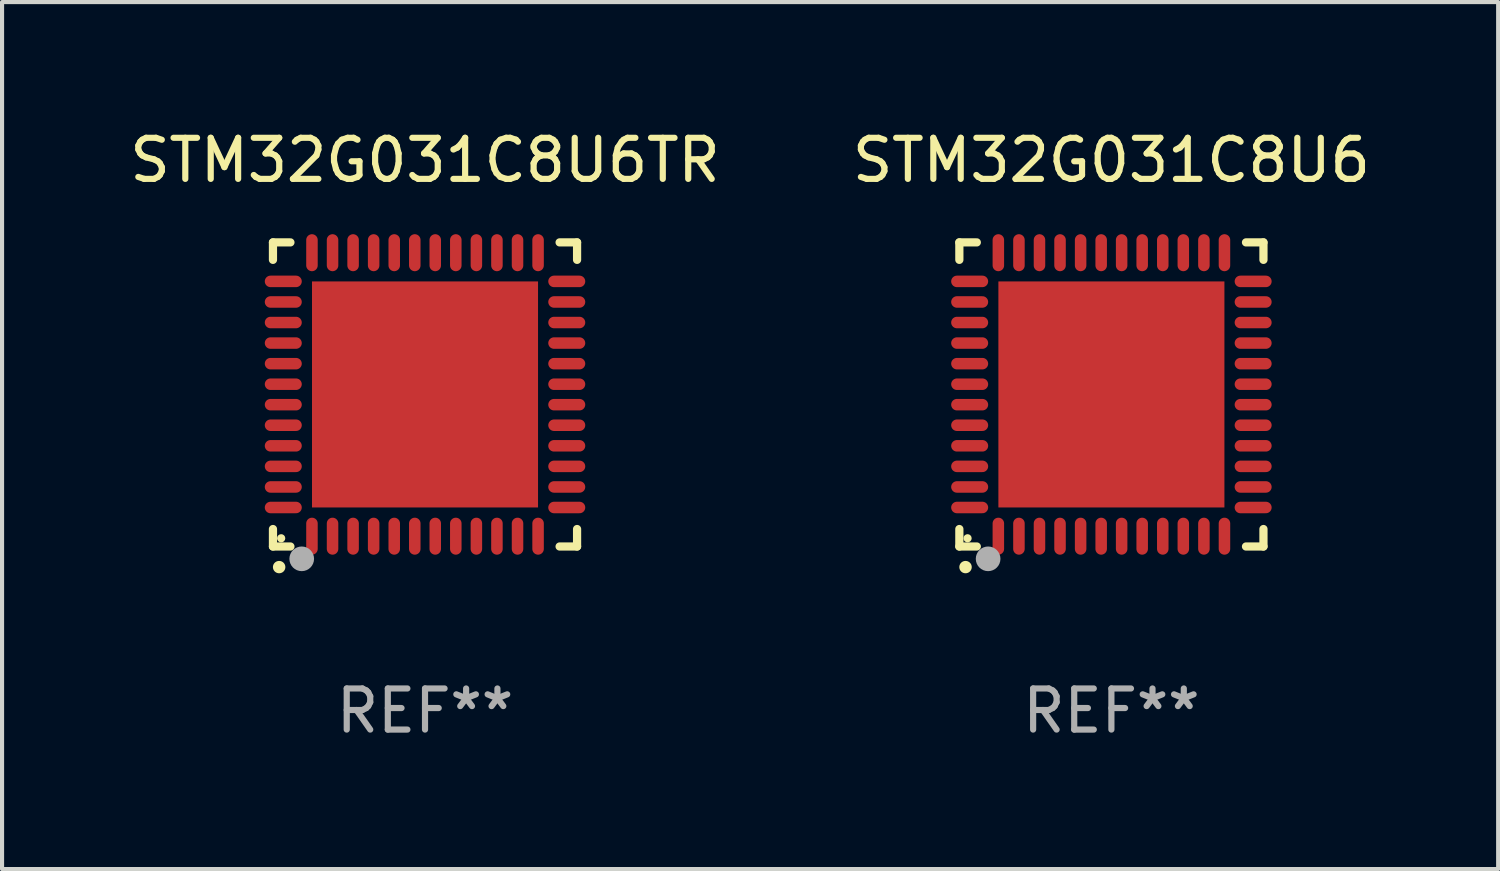
<source format=kicad_pcb>
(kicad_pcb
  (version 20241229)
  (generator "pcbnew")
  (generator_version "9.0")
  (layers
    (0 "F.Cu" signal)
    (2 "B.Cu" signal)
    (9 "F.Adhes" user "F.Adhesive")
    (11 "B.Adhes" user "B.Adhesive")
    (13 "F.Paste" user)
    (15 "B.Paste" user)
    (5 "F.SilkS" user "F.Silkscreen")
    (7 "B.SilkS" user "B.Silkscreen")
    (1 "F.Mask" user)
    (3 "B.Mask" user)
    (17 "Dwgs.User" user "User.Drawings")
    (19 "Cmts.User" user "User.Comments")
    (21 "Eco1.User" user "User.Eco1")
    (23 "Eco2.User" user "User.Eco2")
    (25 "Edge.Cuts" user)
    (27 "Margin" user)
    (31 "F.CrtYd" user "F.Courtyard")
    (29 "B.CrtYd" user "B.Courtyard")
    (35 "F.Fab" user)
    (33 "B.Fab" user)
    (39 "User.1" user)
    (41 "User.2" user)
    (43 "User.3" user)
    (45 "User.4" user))
  (footprint "STM32G031C8U6"
    (layer "F.Cu")
    (at 23.994 6.548)
    (property "Reference" "STM32G031C8U6" (at 0 -5.7 0) (layer "F.SilkS") (effects (font (size 1 1) (thickness 0.15))))
    (attr through_hole)
    (fp_line (start -3.7 -3.7) (end -3.275 -3.7) (stroke (width 0.2) (type solid)) (layer "F.SilkS"))
    (fp_line (start -3.7 -3.275) (end -3.7 -3.7) (stroke (width 0.2) (type solid)) (layer "F.SilkS"))
    (fp_line (start -3.7 3.7) (end -3.7 3.275) (stroke (width 0.2) (type solid)) (layer "F.SilkS"))
    (fp_line (start -3.275 3.7) (end -3.7 3.7) (stroke (width 0.2) (type solid)) (layer "F.SilkS"))
    (fp_line (start 3.7 -3.7) (end 3.275 -3.7) (stroke (width 0.2) (type solid)) (layer "F.SilkS"))
    (fp_line (start 3.7 -3.275) (end 3.7 -3.7) (stroke (width 0.2) (type solid)) (layer "F.SilkS"))
    (fp_line (start 3.7 3.275) (end 3.7 3.7) (stroke (width 0.2) (type solid)) (layer "F.SilkS"))
    (fp_line (start 3.7 3.7) (end 3.275 3.7) (stroke (width 0.2) (type solid)) (layer "F.SilkS"))
    (fp_arc (start -3.550927 4.201168) (mid -3.549657 4.201163) (end -3.548387 4.201168) (stroke (width 0.3) (type solid)) (layer "F.SilkS"))
    (fp_circle (center -3.5 3.5) (end -3.45 3.5) (stroke (width 0.1) (type solid)) (fill no) (layer "F.SilkS"))
    (fp_circle (center -3 4) (end -2.85 4) (stroke (width 0.3) (type solid)) (fill no) (layer "F.Fab"))
    (fp_text user "REF**" (at 0 7.7 0) (layer "F.Fab") (effects (font (size 1 1) (thickness 0.15))))
    (pad "1" smd oval (at -2.751 3.449) (size 0.28 0.9) (layers "F.Cu" "F.Mask" "F.Paste"))
    (pad "2" smd oval (at -2.25 3.449) (size 0.28 0.9) (layers "F.Cu" "F.Mask" "F.Paste"))
    (pad "3" smd oval (at -1.75 3.449) (size 0.28 0.9) (layers "F.Cu" "F.Mask" "F.Paste"))
    (pad "4" smd oval (at -1.25 3.449) (size 0.28 0.9) (layers "F.Cu" "F.Mask" "F.Paste"))
    (pad "5" smd oval (at -0.749 3.449) (size 0.28 0.9) (layers "F.Cu" "F.Mask" "F.Paste"))
    (pad "6" smd oval (at -0.249 3.449) (size 0.28 0.9) (layers "F.Cu" "F.Mask" "F.Paste"))
    (pad "7" smd oval (at 0.249 3.449) (size 0.28 0.9) (layers "F.Cu" "F.Mask" "F.Paste"))
    (pad "8" smd oval (at 0.749 3.449) (size 0.28 0.9) (layers "F.Cu" "F.Mask" "F.Paste"))
    (pad "9" smd oval (at 1.25 3.449) (size 0.28 0.9) (layers "F.Cu" "F.Mask" "F.Paste"))
    (pad "10" smd oval (at 1.75 3.449) (size 0.28 0.9) (layers "F.Cu" "F.Mask" "F.Paste"))
    (pad "11" smd oval (at 2.251 3.449) (size 0.28 0.9) (layers "F.Cu" "F.Mask" "F.Paste"))
    (pad "12" smd oval (at 2.751 3.449) (size 0.28 0.9) (layers "F.Cu" "F.Mask" "F.Paste"))
    (pad "13" smd oval (at 3.449 2.751) (size 0.9 0.28) (layers "F.Cu" "F.Mask" "F.Paste"))
    (pad "14" smd oval (at 3.449 2.251) (size 0.9 0.28) (layers "F.Cu" "F.Mask" "F.Paste"))
    (pad "15" smd oval (at 3.449 1.75) (size 0.9 0.28) (layers "F.Cu" "F.Mask" "F.Paste"))
    (pad "16" smd oval (at 3.449 1.25) (size 0.9 0.28) (layers "F.Cu" "F.Mask" "F.Paste"))
    (pad "17" smd oval (at 3.449 0.749) (size 0.9 0.28) (layers "F.Cu" "F.Mask" "F.Paste"))
    (pad "18" smd oval (at 3.449 0.249) (size 0.9 0.28) (layers "F.Cu" "F.Mask" "F.Paste"))
    (pad "19" smd oval (at 3.449 -0.249) (size 0.9 0.28) (layers "F.Cu" "F.Mask" "F.Paste"))
    (pad "20" smd oval (at 3.449 -0.749) (size 0.9 0.28) (layers "F.Cu" "F.Mask" "F.Paste"))
    (pad "21" smd oval (at 3.449 -1.25) (size 0.9 0.28) (layers "F.Cu" "F.Mask" "F.Paste"))
    (pad "22" smd oval (at 3.449 -1.75) (size 0.9 0.28) (layers "F.Cu" "F.Mask" "F.Paste"))
    (pad "23" smd oval (at 3.449 -2.25) (size 0.9 0.28) (layers "F.Cu" "F.Mask" "F.Paste"))
    (pad "24" smd oval (at 3.449 -2.751) (size 0.9 0.28) (layers "F.Cu" "F.Mask" "F.Paste"))
    (pad "25" smd oval (at 2.751 -3.449) (size 0.28 0.9) (layers "F.Cu" "F.Mask" "F.Paste"))
    (pad "26" smd oval (at 2.251 -3.449) (size 0.28 0.9) (layers "F.Cu" "F.Mask" "F.Paste"))
    (pad "27" smd oval (at 1.75 -3.449) (size 0.28 0.9) (layers "F.Cu" "F.Mask" "F.Paste"))
    (pad "28" smd oval (at 1.25 -3.449) (size 0.28 0.9) (layers "F.Cu" "F.Mask" "F.Paste"))
    (pad "29" smd oval (at 0.749 -3.449) (size 0.28 0.9) (layers "F.Cu" "F.Mask" "F.Paste"))
    (pad "30" smd oval (at 0.249 -3.449) (size 0.28 0.9) (layers "F.Cu" "F.Mask" "F.Paste"))
    (pad "31" smd oval (at -0.249 -3.449) (size 0.28 0.9) (layers "F.Cu" "F.Mask" "F.Paste"))
    (pad "32" smd oval (at -0.749 -3.449) (size 0.28 0.9) (layers "F.Cu" "F.Mask" "F.Paste"))
    (pad "33" smd oval (at -1.25 -3.449) (size 0.28 0.9) (layers "F.Cu" "F.Mask" "F.Paste"))
    (pad "34" smd oval (at -1.75 -3.449) (size 0.28 0.9) (layers "F.Cu" "F.Mask" "F.Paste"))
    (pad "35" smd oval (at -2.25 -3.449) (size 0.28 0.9) (layers "F.Cu" "F.Mask" "F.Paste"))
    (pad "36" smd oval (at -2.751 -3.449) (size 0.28 0.9) (layers "F.Cu" "F.Mask" "F.Paste"))
    (pad "37" smd oval (at -3.449 -2.751) (size 0.9 0.28) (layers "F.Cu" "F.Mask" "F.Paste"))
    (pad "38" smd oval (at -3.449 -2.25) (size 0.9 0.28) (layers "F.Cu" "F.Mask" "F.Paste"))
    (pad "39" smd oval (at -3.449 -1.75) (size 0.9 0.28) (layers "F.Cu" "F.Mask" "F.Paste"))
    (pad "40" smd oval (at -3.449 -1.25) (size 0.9 0.28) (layers "F.Cu" "F.Mask" "F.Paste"))
    (pad "41" smd oval (at -3.449 -0.749) (size 0.9 0.28) (layers "F.Cu" "F.Mask" "F.Paste"))
    (pad "42" smd oval (at -3.449 -0.249) (size 0.9 0.28) (layers "F.Cu" "F.Mask" "F.Paste"))
    (pad "43" smd oval (at -3.449 0.249) (size 0.9 0.28) (layers "F.Cu" "F.Mask" "F.Paste"))
    (pad "44" smd oval (at -3.449 0.749) (size 0.9 0.28) (layers "F.Cu" "F.Mask" "F.Paste"))
    (pad "45" smd oval (at -3.449 1.25) (size 0.9 0.28) (layers "F.Cu" "F.Mask" "F.Paste"))
    (pad "46" smd oval (at -3.449 1.75) (size 0.9 0.28) (layers "F.Cu" "F.Mask" "F.Paste"))
    (pad "47" smd oval (at -3.449 2.251) (size 0.9 0.28) (layers "F.Cu" "F.Mask" "F.Paste"))
    (pad "48" smd oval (at -3.449 2.751) (size 0.9 0.28) (layers "F.Cu" "F.Mask" "F.Paste"))
    (pad "49" smd rect (at 0.000076 0.000076) (size 5.5 5.5) (layers "F.Cu" "F.Mask" "F.Paste")))
  (footprint "STM32G031C8U6TR"
    (layer "F.Cu")
    (at 7.292 6.548)
    (property "Reference" "STM32G031C8U6TR" (at 0 -5.7 0) (layer "F.SilkS") (effects (font (size 1 1) (thickness 0.15))))
    (attr through_hole)
    (fp_line (start -3.7 -3.7) (end -3.275 -3.7) (stroke (width 0.2) (type solid)) (layer "F.SilkS"))
    (fp_line (start -3.7 -3.275) (end -3.7 -3.7) (stroke (width 0.2) (type solid)) (layer "F.SilkS"))
    (fp_line (start -3.7 3.7) (end -3.7 3.275) (stroke (width 0.2) (type solid)) (layer "F.SilkS"))
    (fp_line (start -3.275 3.7) (end -3.7 3.7) (stroke (width 0.2) (type solid)) (layer "F.SilkS"))
    (fp_line (start 3.7 -3.7) (end 3.275 -3.7) (stroke (width 0.2) (type solid)) (layer "F.SilkS"))
    (fp_line (start 3.7 -3.275) (end 3.7 -3.7) (stroke (width 0.2) (type solid)) (layer "F.SilkS"))
    (fp_line (start 3.7 3.275) (end 3.7 3.7) (stroke (width 0.2) (type solid)) (layer "F.SilkS"))
    (fp_line (start 3.7 3.7) (end 3.275 3.7) (stroke (width 0.2) (type solid)) (layer "F.SilkS"))
    (fp_arc (start -3.550927 4.201168) (mid -3.549657 4.201163) (end -3.548387 4.201168) (stroke (width 0.3) (type solid)) (layer "F.SilkS"))
    (fp_circle (center -3.5 3.5) (end -3.45 3.5) (stroke (width 0.1) (type solid)) (fill no) (layer "F.SilkS"))
    (fp_circle (center -3 4) (end -2.85 4) (stroke (width 0.3) (type solid)) (fill no) (layer "F.Fab"))
    (fp_text user "REF**" (at 0 7.7 0) (layer "F.Fab") (effects (font (size 1 1) (thickness 0.15))))
    (pad "1" smd oval (at -2.751 3.449) (size 0.28 0.9) (layers "F.Cu" "F.Mask" "F.Paste"))
    (pad "2" smd oval (at -2.25 3.449) (size 0.28 0.9) (layers "F.Cu" "F.Mask" "F.Paste"))
    (pad "3" smd oval (at -1.75 3.449) (size 0.28 0.9) (layers "F.Cu" "F.Mask" "F.Paste"))
    (pad "4" smd oval (at -1.25 3.449) (size 0.28 0.9) (layers "F.Cu" "F.Mask" "F.Paste"))
    (pad "5" smd oval (at -0.749 3.449) (size 0.28 0.9) (layers "F.Cu" "F.Mask" "F.Paste"))
    (pad "6" smd oval (at -0.249 3.449) (size 0.28 0.9) (layers "F.Cu" "F.Mask" "F.Paste"))
    (pad "7" smd oval (at 0.249 3.449) (size 0.28 0.9) (layers "F.Cu" "F.Mask" "F.Paste"))
    (pad "8" smd oval (at 0.749 3.449) (size 0.28 0.9) (layers "F.Cu" "F.Mask" "F.Paste"))
    (pad "9" smd oval (at 1.25 3.449) (size 0.28 0.9) (layers "F.Cu" "F.Mask" "F.Paste"))
    (pad "10" smd oval (at 1.75 3.449) (size 0.28 0.9) (layers "F.Cu" "F.Mask" "F.Paste"))
    (pad "11" smd oval (at 2.251 3.449) (size 0.28 0.9) (layers "F.Cu" "F.Mask" "F.Paste"))
    (pad "12" smd oval (at 2.751 3.449) (size 0.28 0.9) (layers "F.Cu" "F.Mask" "F.Paste"))
    (pad "13" smd oval (at 3.449 2.751) (size 0.9 0.28) (layers "F.Cu" "F.Mask" "F.Paste"))
    (pad "14" smd oval (at 3.449 2.251) (size 0.9 0.28) (layers "F.Cu" "F.Mask" "F.Paste"))
    (pad "15" smd oval (at 3.449 1.75) (size 0.9 0.28) (layers "F.Cu" "F.Mask" "F.Paste"))
    (pad "16" smd oval (at 3.449 1.25) (size 0.9 0.28) (layers "F.Cu" "F.Mask" "F.Paste"))
    (pad "17" smd oval (at 3.449 0.749) (size 0.9 0.28) (layers "F.Cu" "F.Mask" "F.Paste"))
    (pad "18" smd oval (at 3.449 0.249) (size 0.9 0.28) (layers "F.Cu" "F.Mask" "F.Paste"))
    (pad "19" smd oval (at 3.449 -0.249) (size 0.9 0.28) (layers "F.Cu" "F.Mask" "F.Paste"))
    (pad "20" smd oval (at 3.449 -0.749) (size 0.9 0.28) (layers "F.Cu" "F.Mask" "F.Paste"))
    (pad "21" smd oval (at 3.449 -1.25) (size 0.9 0.28) (layers "F.Cu" "F.Mask" "F.Paste"))
    (pad "22" smd oval (at 3.449 -1.75) (size 0.9 0.28) (layers "F.Cu" "F.Mask" "F.Paste"))
    (pad "23" smd oval (at 3.449 -2.25) (size 0.9 0.28) (layers "F.Cu" "F.Mask" "F.Paste"))
    (pad "24" smd oval (at 3.449 -2.751) (size 0.9 0.28) (layers "F.Cu" "F.Mask" "F.Paste"))
    (pad "25" smd oval (at 2.751 -3.449) (size 0.28 0.9) (layers "F.Cu" "F.Mask" "F.Paste"))
    (pad "26" smd oval (at 2.251 -3.449) (size 0.28 0.9) (layers "F.Cu" "F.Mask" "F.Paste"))
    (pad "27" smd oval (at 1.75 -3.449) (size 0.28 0.9) (layers "F.Cu" "F.Mask" "F.Paste"))
    (pad "28" smd oval (at 1.25 -3.449) (size 0.28 0.9) (layers "F.Cu" "F.Mask" "F.Paste"))
    (pad "29" smd oval (at 0.749 -3.449) (size 0.28 0.9) (layers "F.Cu" "F.Mask" "F.Paste"))
    (pad "30" smd oval (at 0.249 -3.449) (size 0.28 0.9) (layers "F.Cu" "F.Mask" "F.Paste"))
    (pad "31" smd oval (at -0.249 -3.449) (size 0.28 0.9) (layers "F.Cu" "F.Mask" "F.Paste"))
    (pad "32" smd oval (at -0.749 -3.449) (size 0.28 0.9) (layers "F.Cu" "F.Mask" "F.Paste"))
    (pad "33" smd oval (at -1.25 -3.449) (size 0.28 0.9) (layers "F.Cu" "F.Mask" "F.Paste"))
    (pad "34" smd oval (at -1.75 -3.449) (size 0.28 0.9) (layers "F.Cu" "F.Mask" "F.Paste"))
    (pad "35" smd oval (at -2.25 -3.449) (size 0.28 0.9) (layers "F.Cu" "F.Mask" "F.Paste"))
    (pad "36" smd oval (at -2.751 -3.449) (size 0.28 0.9) (layers "F.Cu" "F.Mask" "F.Paste"))
    (pad "37" smd oval (at -3.449 -2.751) (size 0.9 0.28) (layers "F.Cu" "F.Mask" "F.Paste"))
    (pad "38" smd oval (at -3.449 -2.25) (size 0.9 0.28) (layers "F.Cu" "F.Mask" "F.Paste"))
    (pad "39" smd oval (at -3.449 -1.75) (size 0.9 0.28) (layers "F.Cu" "F.Mask" "F.Paste"))
    (pad "40" smd oval (at -3.449 -1.25) (size 0.9 0.28) (layers "F.Cu" "F.Mask" "F.Paste"))
    (pad "41" smd oval (at -3.449 -0.749) (size 0.9 0.28) (layers "F.Cu" "F.Mask" "F.Paste"))
    (pad "42" smd oval (at -3.449 -0.249) (size 0.9 0.28) (layers "F.Cu" "F.Mask" "F.Paste"))
    (pad "43" smd oval (at -3.449 0.249) (size 0.9 0.28) (layers "F.Cu" "F.Mask" "F.Paste"))
    (pad "44" smd oval (at -3.449 0.749) (size 0.9 0.28) (layers "F.Cu" "F.Mask" "F.Paste"))
    (pad "45" smd oval (at -3.449 1.25) (size 0.9 0.28) (layers "F.Cu" "F.Mask" "F.Paste"))
    (pad "46" smd oval (at -3.449 1.75) (size 0.9 0.28) (layers "F.Cu" "F.Mask" "F.Paste"))
    (pad "47" smd oval (at -3.449 2.251) (size 0.9 0.28) (layers "F.Cu" "F.Mask" "F.Paste"))
    (pad "48" smd oval (at -3.449 2.751) (size 0.9 0.28) (layers "F.Cu" "F.Mask" "F.Paste"))
    (pad "49" smd rect (at 0.000076 0.000076) (size 5.5 5.5) (layers "F.Cu" "F.Mask" "F.Paste")))
  (gr_rect
    (start -3 -3)
    (end 33.405 18.097)
    (stroke (width 0.1) (type default))
    (fill no)
    (layer "Edge.Cuts")))
</source>
